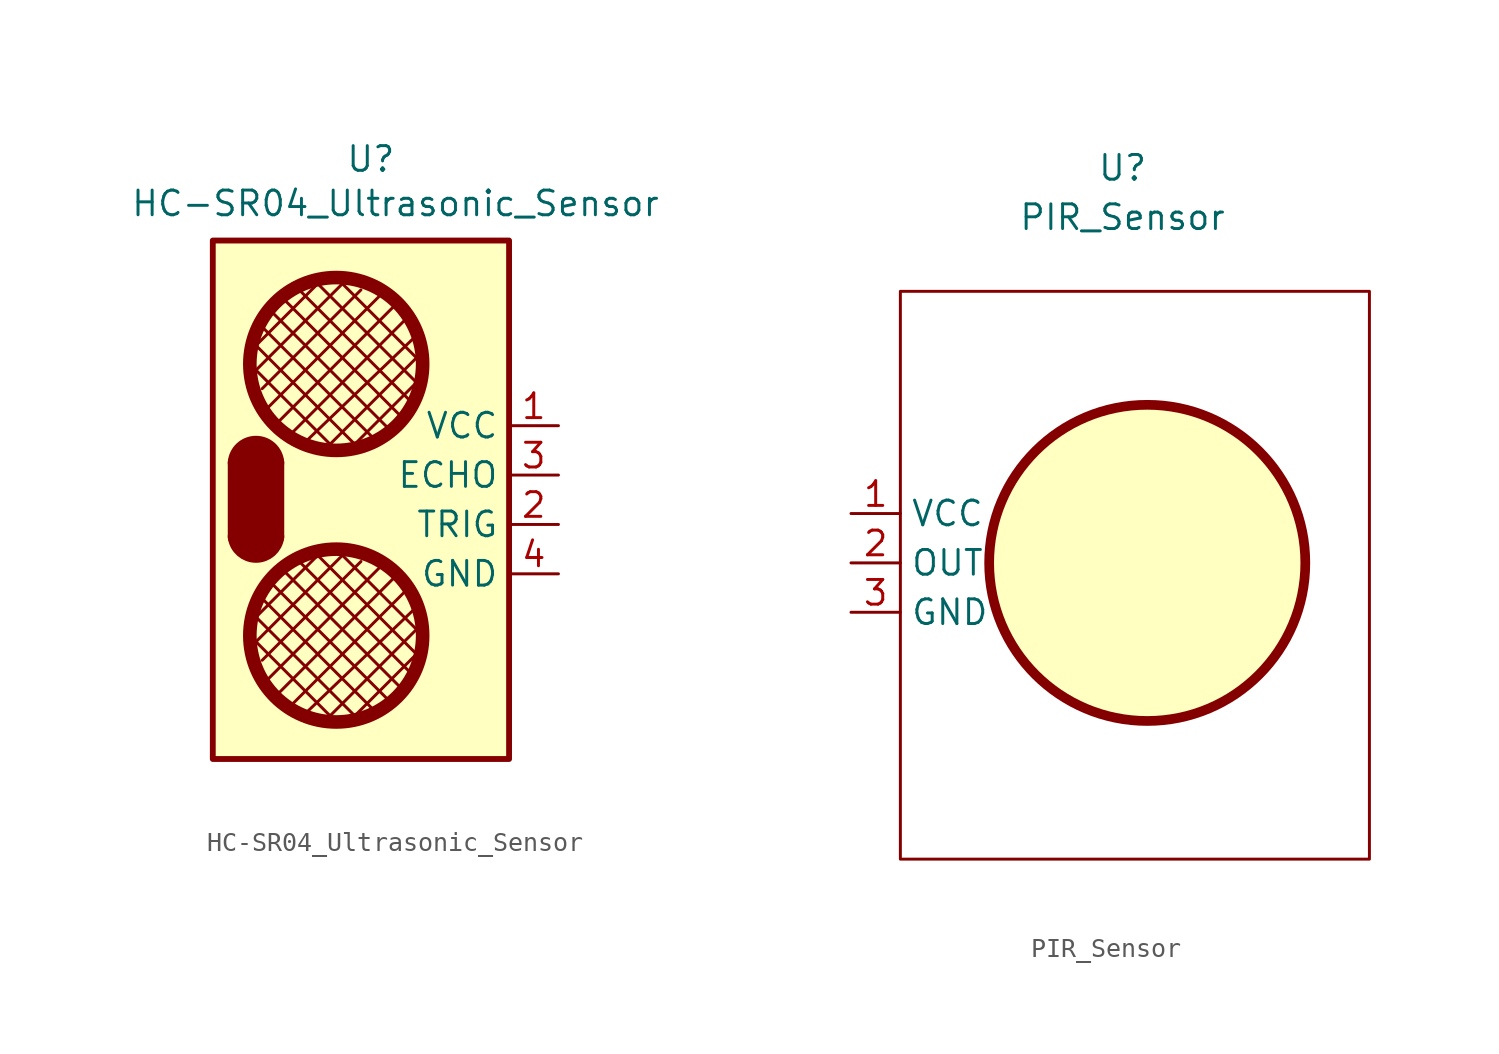
<source format=kicad_sym>
(kicad_symbol_lib
  (version 20211014)
  (generator kicad_symbol_editor)
  (symbol "HC-SR04_Ultrasonic_Sensor"
    (property "Reference" "U"
      (at -7.112 17.526 0)
      (effects (font (size 1.27 1.27))))
    (property "Value" "HC-SR04_Ultrasonic_Sensor"
      (at -5.842 15.24 0)
      (effects (font (size 1.27 1.27))))
    (symbol "HC-SR04_Ultrasonic_Sensor_0_1"
      (rectangle (start -15.24 13.335) (end 0 -13.335) (stroke (width 0.3) (type default) (color 0 0 0 0)) (fill (type background)))
      (arc (start -13.97 -1.905) (mid -13.0175 -2.7425) (end -12.065 -1.905) (stroke (width 1) (type default) (color 0 0 0 0)) (fill (type none)))
      (arc (start -12.065 1.905) (mid -13.0175 2.7909) (end -13.97 1.905) (stroke (width 1) (type default) (color 0 0 0 0)) (fill (type none)))
      (circle (center -8.89 -6.985) (radius 4.445) (stroke (width 0.7) (type default) (color 0 0 0 0)) (fill (type none)))
      (circle (center -8.89 6.985) (radius 4.445) (stroke (width 0.7) (type default) (color 0 0 0 0)) (fill (type background)))
      (polyline (pts (xy -13.335 -6.985) (xy -8.89 -11.43)) (stroke (width 0) (type default) (color 0 0 0 0)) (fill (type none)))
      (polyline (pts (xy -13.335 -5.715) (xy -7.62 -11.43)) (stroke (width 0) (type default) (color 0 0 0 0)) (fill (type none)))
      (polyline (pts (xy -13.335 6.985) (xy -8.89 2.54)) (stroke (width 0) (type default) (color 0 0 0 0)) (fill (type none)))
      (polyline (pts (xy -13.335 8.255) (xy -7.62 2.54)) (stroke (width 0) (type default) (color 0 0 0 0)) (fill (type none)))
      (polyline (pts (xy -13.208 -1.778) (xy -13.208 1.524)) (stroke (width 2) (type default) (color 0 0 0 0)) (fill (type none)))
      (polyline (pts (xy -12.7 -5.08) (xy -6.985 -10.795)) (stroke (width 0) (type default) (color 0 0 0 0)) (fill (type none)))
      (polyline (pts (xy -12.7 8.89) (xy -6.985 3.175)) (stroke (width 0) (type default) (color 0 0 0 0)) (fill (type none)))
      (polyline (pts (xy -12.446 -4.064) (xy -6.096 -10.414)) (stroke (width 0) (type default) (color 0 0 0 0)) (fill (type none)))
      (polyline (pts (xy -12.446 9.906) (xy -6.096 3.556)) (stroke (width 0) (type default) (color 0 0 0 0)) (fill (type none)))
      (polyline (pts (xy -12.065 -10.16) (xy -5.715 -3.81)) (stroke (width 0) (type default) (color 0 0 0 0)) (fill (type none)))
      (polyline (pts (xy -12.065 3.81) (xy -5.715 10.16)) (stroke (width 0) (type default) (color 0 0 0 0)) (fill (type none)))
      (polyline (pts (xy -11.684 -3.556) (xy -5.334 -9.906)) (stroke (width 0) (type default) (color 0 0 0 0)) (fill (type none)))
      (polyline (pts (xy -11.684 10.414) (xy -5.334 4.064)) (stroke (width 0) (type default) (color 0 0 0 0)) (fill (type none)))
      (polyline (pts (xy -10.795 -3.175) (xy -5.08 -8.89)) (stroke (width 0) (type default) (color 0 0 0 0)) (fill (type none)))
      (polyline (pts (xy -10.795 10.795) (xy -5.08 5.08)) (stroke (width 0) (type default) (color 0 0 0 0)) (fill (type none)))
      (polyline (pts (xy -10.16 -2.54) (xy -4.445 -8.255)) (stroke (width 0) (type default) (color 0 0 0 0)) (fill (type none)))
      (polyline (pts (xy -10.16 11.43) (xy -4.445 5.715)) (stroke (width 0) (type default) (color 0 0 0 0)) (fill (type none)))
      (polyline (pts (xy -9.525 -2.54) (xy -13.335 -6.35)) (stroke (width 0) (type default) (color 0 0 0 0)) (fill (type none)))
      (polyline (pts (xy -9.525 11.43) (xy -13.335 7.62)) (stroke (width 0) (type default) (color 0 0 0 0)) (fill (type none)))
      (polyline (pts (xy -8.89 -2.54) (xy -4.445 -6.985)) (stroke (width 0) (type default) (color 0 0 0 0)) (fill (type none)))
      (polyline (pts (xy -8.89 11.43) (xy -4.445 6.985)) (stroke (width 0) (type default) (color 0 0 0 0)) (fill (type none)))
      (polyline (pts (xy -8.255 -2.54) (xy -13.335 -7.62)) (stroke (width 0) (type default) (color 0 0 0 0)) (fill (type none)))
      (polyline (pts (xy -8.255 11.43) (xy -13.335 6.35)) (stroke (width 0) (type default) (color 0 0 0 0)) (fill (type none)))
      (polyline (pts (xy -7.62 -3.175) (xy -12.7 -8.255)) (stroke (width 0) (type default) (color 0 0 0 0)) (fill (type none)))
      (polyline (pts (xy -7.62 10.795) (xy -12.7 5.715)) (stroke (width 0) (type default) (color 0 0 0 0)) (fill (type none)))
      (polyline (pts (xy -6.35 -3.175) (xy -12.7 -9.525)) (stroke (width 0) (type default) (color 0 0 0 0)) (fill (type none)))
      (polyline (pts (xy -6.35 10.795) (xy -12.7 4.445)) (stroke (width 0) (type default) (color 0 0 0 0)) (fill (type none)))
      (polyline (pts (xy -5.08 -4.445) (xy -11.43 -10.795)) (stroke (width 0) (type default) (color 0 0 0 0)) (fill (type none)))
      (polyline (pts (xy -5.08 9.525) (xy -11.43 3.175)) (stroke (width 0) (type default) (color 0 0 0 0)) (fill (type none)))
      (polyline (pts (xy -4.572 -5.334) (xy -10.668 -11.176)) (stroke (width 0) (type default) (color 0 0 0 0)) (fill (type none)))
      (polyline (pts (xy -4.572 8.636) (xy -10.668 2.794)) (stroke (width 0) (type default) (color 0 0 0 0)) (fill (type none)))
      (polyline (pts (xy -4.445 -7.62) (xy -8.255 -11.43)) (stroke (width 0) (type default) (color 0 0 0 0)) (fill (type none)))
      (polyline (pts (xy -4.445 -6.35) (xy -9.525 -11.43)) (stroke (width 0) (type default) (color 0 0 0 0)) (fill (type none)))
      (polyline (pts (xy -4.445 6.35) (xy -8.255 2.54)) (stroke (width 0) (type default) (color 0 0 0 0)) (fill (type none)))
      (polyline (pts (xy -4.445 7.62) (xy -9.525 2.54)) (stroke (width 0) (type default) (color 0 0 0 0)) (fill (type none)))
      (polyline (pts (xy -13.97 1.905) (xy -13.97 -1.905) (xy -12.065 -1.905) (xy -12.065 1.905) (xy -13.97 1.905)) (stroke (width 1) (type default) (color 0 0 0 0)) (fill (type none))))
    (symbol "HC-SR04_Ultrasonic_Sensor_1_1"
      (pin power_in line (at 2.54 3.81 180) (length 2.54) (name "VCC" (effects (font (size 1.27 1.27)))) (number "1" (effects (font (size 1.27 1.27)))))
      (pin input line (at 2.54 -1.27 180) (length 2.54) (name "TRIG" (effects (font (size 1.27 1.27)))) (number "2" (effects (font (size 1.27 1.27)))))
      (pin output line (at 2.54 1.27 180) (length 2.54) (name "ECHO" (effects (font (size 1.27 1.27)))) (number "3" (effects (font (size 1.27 1.27)))))
      (pin power_in line (at 2.54 -3.81 180) (length 2.54) (name "GND" (effects (font (size 1.27 1.27)))) (number "4" (effects (font (size 1.27 1.27)))))))
  (symbol "PIR_Sensor"
    (property "Reference" "U"
      (at -1.27 20.32 0)
      (effects (font (size 1.27 1.27))))
    (property "Value" "PIR_Sensor"
      (at -1.27 17.78 0)
      (effects (font (size 1.27 1.27))))
    (symbol "PIR_Sensor_0_1"
      (rectangle (start -12.7 13.97) (end 11.43 -15.24) (stroke (width 0) (type default) (color 0 0 0 0)) (fill (type none)))
      (circle (center 0 0) (radius 8.132) (stroke (width 0.5) (type default) (color 0 0 0 0)) (fill (type background))))
    (symbol "PIR_Sensor_1_1"
      (pin power_in line (at -15.24 2.54 0) (length 2.54) (name "VCC" (effects (font (size 1.27 1.27)))) (number "1" (effects (font (size 1.27 1.27)))))
      (pin output line (at -15.24 0 0) (length 2.54) (name "OUT" (effects (font (size 1.27 1.27)))) (number "2" (effects (font (size 1.27 1.27)))))
      (pin power_in line (at -15.24 -2.54 0) (length 2.54) (name "GND" (effects (font (size 1.27 1.27)))) (number "3" (effects (font (size 1.27 1.27))))))))
</source>
